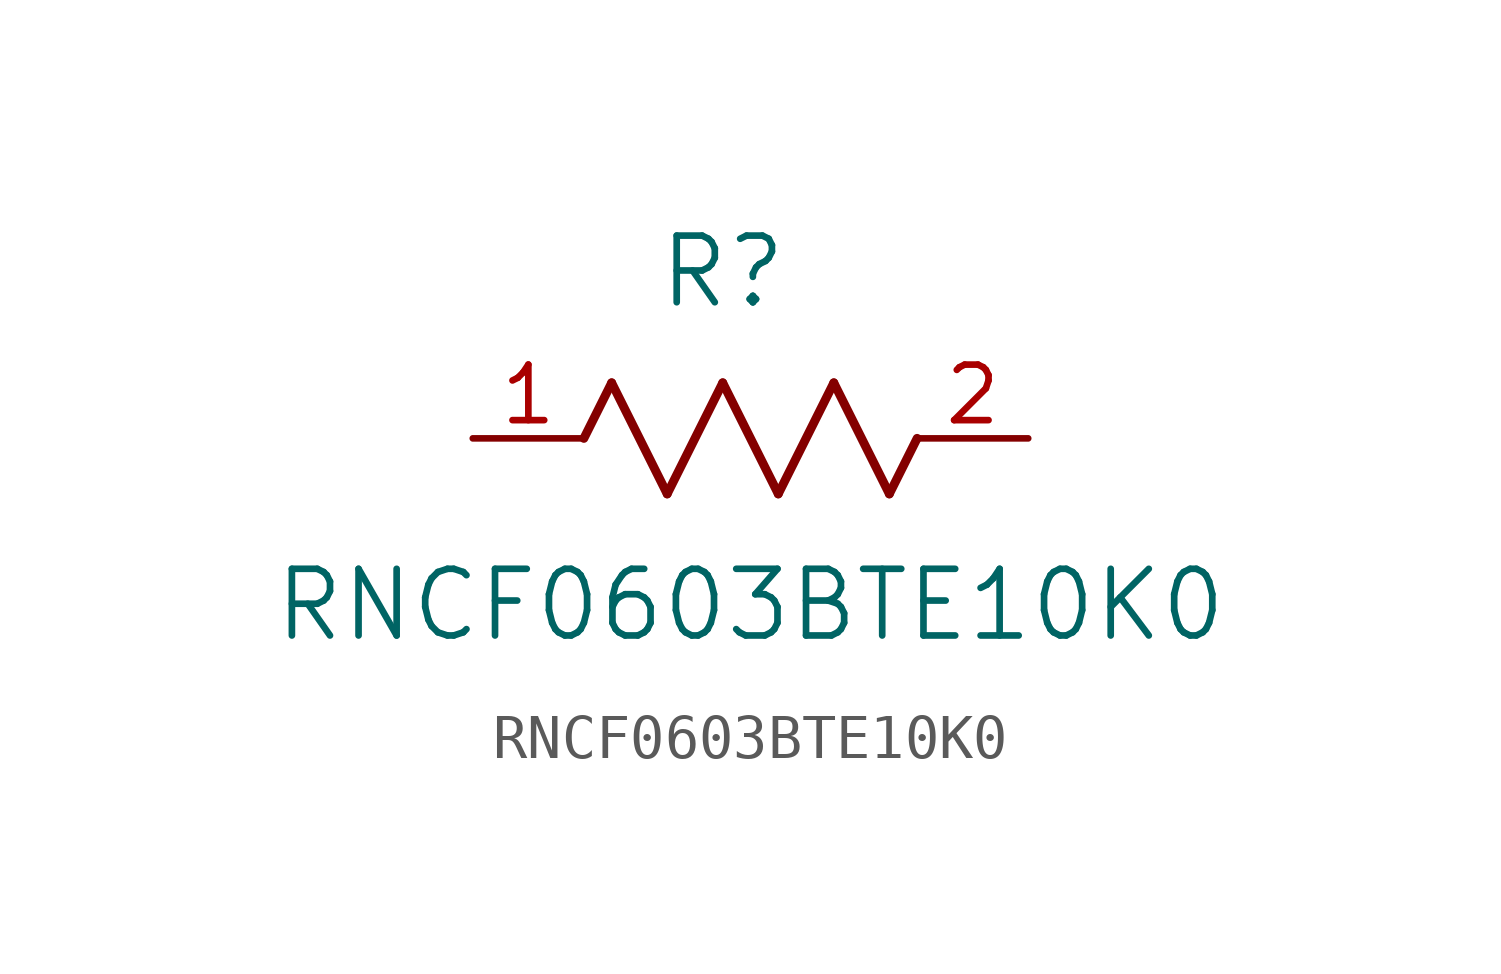
<source format=kicad_sym>
(kicad_symbol_lib
  (version 20211014)
  (generator kicad_symbol_editor)
  (symbol "RNCF0603BTE10K0"
    (pin_names
      (offset 0.254))
    (property "Reference" "R"
      (at 5.715 3.81 0)
      (effects (font (size 1.524 1.524))))
    (property "Value" "RNCF0603BTE10K0"
      (at 6.35 -3.81 0)
      (effects (font (size 1.524 1.524))))
    (symbol "RNCF0603BTE10K0_0_1"
      (polyline (pts (xy 3.175 1.27) (xy 4.445 -1.27)) (stroke (width 0.203) (type default) (color 0 0 0 0)) (fill (type none)))
      (polyline (pts (xy 4.445 -1.27) (xy 5.715 1.27)) (stroke (width 0.203) (type default) (color 0 0 0 0)) (fill (type none)))
      (polyline (pts (xy 5.715 1.27) (xy 6.985 -1.27)) (stroke (width 0.203) (type default) (color 0 0 0 0)) (fill (type none)))
      (polyline (pts (xy 6.985 -1.27) (xy 8.255 1.27)) (stroke (width 0.203) (type default) (color 0 0 0 0)) (fill (type none)))
      (polyline (pts (xy 8.255 1.27) (xy 9.525 -1.27)) (stroke (width 0.203) (type default) (color 0 0 0 0)) (fill (type none)))
      (polyline (pts (xy 2.54 0) (xy 3.175 1.27)) (stroke (width 0.203) (type default) (color 0 0 0 0)) (fill (type none)))
      (polyline (pts (xy 9.525 -1.27) (xy 10.16 0)) (stroke (width 0.203) (type default) (color 0 0 0 0)) (fill (type none)))
      (pin unspecified line (at 0 0 0) (length 2.54) (name "" (effects (font (size 1.27 1.27)))) (number "1" (effects (font (size 1.27 1.27)))))
      (pin unspecified line (at 12.7 0 180) (length 2.54) (name "" (effects (font (size 1.27 1.27)))) (number "2" (effects (font (size 1.27 1.27))))))))
</source>
